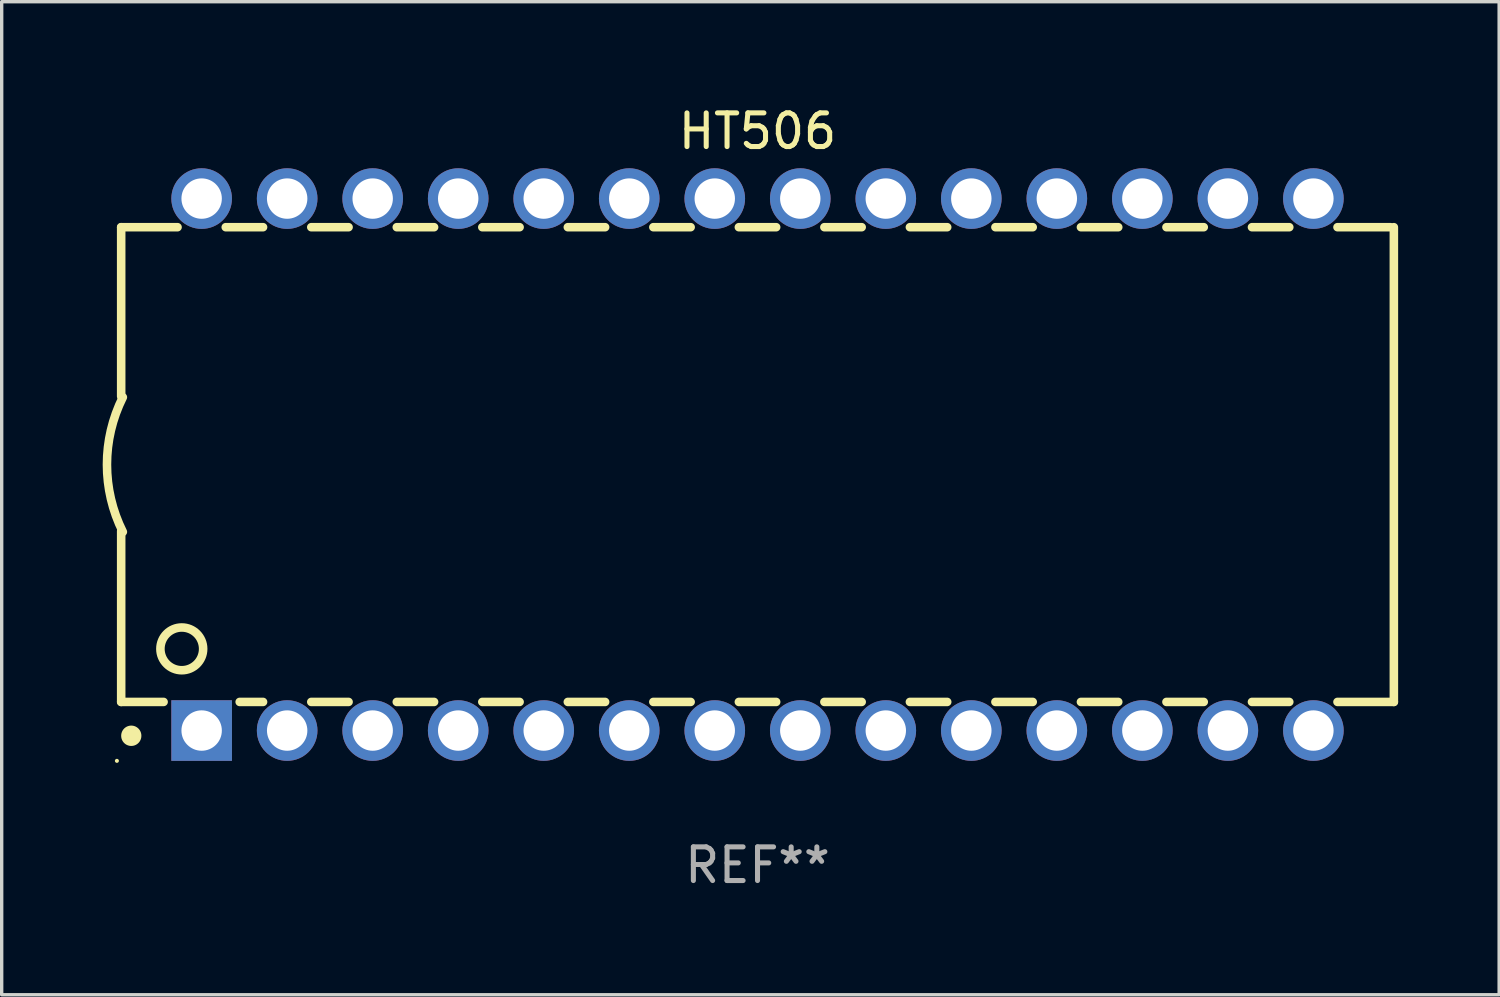
<source format=kicad_pcb>
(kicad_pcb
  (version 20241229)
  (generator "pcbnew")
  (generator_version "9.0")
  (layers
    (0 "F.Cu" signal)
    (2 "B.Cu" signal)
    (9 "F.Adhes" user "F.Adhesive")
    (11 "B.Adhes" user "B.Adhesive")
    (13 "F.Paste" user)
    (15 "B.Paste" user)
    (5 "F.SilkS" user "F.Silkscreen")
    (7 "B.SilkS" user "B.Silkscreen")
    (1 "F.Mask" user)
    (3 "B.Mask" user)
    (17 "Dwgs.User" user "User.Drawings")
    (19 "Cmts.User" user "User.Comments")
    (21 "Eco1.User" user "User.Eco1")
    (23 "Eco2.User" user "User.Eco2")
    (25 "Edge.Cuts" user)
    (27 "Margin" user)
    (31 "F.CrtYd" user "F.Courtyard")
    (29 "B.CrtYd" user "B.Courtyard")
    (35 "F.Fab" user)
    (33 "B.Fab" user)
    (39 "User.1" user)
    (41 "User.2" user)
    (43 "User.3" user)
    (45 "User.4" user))
  (footprint "HT506"
    (layer "F.Cu")
    (at 19.449 10.748)
    (property "Reference" "HT506" (at 0 -9.9 0) (layer "F.SilkS") (effects (font (size 1 1) (thickness 0.15))))
    (attr through_hole)
    (fp_line (start -18.9 -7.05) (end -18.9 -2.026) (stroke (width 0.254) (type solid)) (layer "F.SilkS"))
    (fp_line (start -18.9 -7.05) (end -17.226 -7.05) (stroke (width 0.254) (type solid)) (layer "F.SilkS"))
    (fp_line (start -18.9 1.974) (end -18.9 7.05) (stroke (width 0.254) (type solid)) (layer "F.SilkS"))
    (fp_line (start -18.9 7.05) (end -17.64 7.05) (stroke (width 0.254) (type solid)) (layer "F.SilkS"))
    (fp_line (start -15.794 -7.05) (end -14.686 -7.05) (stroke (width 0.254) (type solid)) (layer "F.SilkS"))
    (fp_line (start -15.38 7.05) (end -14.686 7.05) (stroke (width 0.254) (type solid)) (layer "F.SilkS"))
    (fp_line (start -13.254 7.05) (end -12.146 7.05) (stroke (width 0.254) (type solid)) (layer "F.SilkS"))
    (fp_line (start -13.254 -7.05) (end -12.146 -7.05) (stroke (width 0.254) (type solid)) (layer "F.SilkS"))
    (fp_line (start -10.714 -7.05) (end -9.606 -7.05) (stroke (width 0.254) (type solid)) (layer "F.SilkS"))
    (fp_line (start -10.714 7.05) (end -9.606 7.05) (stroke (width 0.254) (type solid)) (layer "F.SilkS"))
    (fp_line (start -8.174 -7.05) (end -7.066 -7.05) (stroke (width 0.254) (type solid)) (layer "F.SilkS"))
    (fp_line (start -8.174 7.05) (end -7.066 7.05) (stroke (width 0.254) (type solid)) (layer "F.SilkS"))
    (fp_line (start -5.634 -7.05) (end -4.526 -7.05) (stroke (width 0.254) (type solid)) (layer "F.SilkS"))
    (fp_line (start -5.634 7.05) (end -4.526 7.05) (stroke (width 0.254) (type solid)) (layer "F.SilkS"))
    (fp_line (start -3.094 -7.05) (end -1.986 -7.05) (stroke (width 0.254) (type solid)) (layer "F.SilkS"))
    (fp_line (start -3.094 7.05) (end -1.986 7.05) (stroke (width 0.254) (type solid)) (layer "F.SilkS"))
    (fp_line (start -0.554 -7.05) (end 0.554 -7.05) (stroke (width 0.254) (type solid)) (layer "F.SilkS"))
    (fp_line (start -0.554 7.05) (end 0.554 7.05) (stroke (width 0.254) (type solid)) (layer "F.SilkS"))
    (fp_line (start 1.986 -7.05) (end 3.094 -7.05) (stroke (width 0.254) (type solid)) (layer "F.SilkS"))
    (fp_line (start 1.986 7.05) (end 3.094 7.05) (stroke (width 0.254) (type solid)) (layer "F.SilkS"))
    (fp_line (start 4.526 -7.05) (end 5.634 -7.05) (stroke (width 0.254) (type solid)) (layer "F.SilkS"))
    (fp_line (start 4.526 7.05) (end 5.634 7.05) (stroke (width 0.254) (type solid)) (layer "F.SilkS"))
    (fp_line (start 7.066 -7.05) (end 8.174 -7.05) (stroke (width 0.254) (type solid)) (layer "F.SilkS"))
    (fp_line (start 7.066 7.05) (end 8.174 7.05) (stroke (width 0.254) (type solid)) (layer "F.SilkS"))
    (fp_line (start 9.606 -7.05) (end 10.714 -7.05) (stroke (width 0.254) (type solid)) (layer "F.SilkS"))
    (fp_line (start 9.606 7.05) (end 10.714 7.05) (stroke (width 0.254) (type solid)) (layer "F.SilkS"))
    (fp_line (start 12.146 -7.05) (end 13.254 -7.05) (stroke (width 0.254) (type solid)) (layer "F.SilkS"))
    (fp_line (start 12.146 7.05) (end 13.254 7.05) (stroke (width 0.254) (type solid)) (layer "F.SilkS"))
    (fp_line (start 14.686 -7.05) (end 15.794 -7.05) (stroke (width 0.254) (type solid)) (layer "F.SilkS"))
    (fp_line (start 14.686 7.05) (end 15.794 7.05) (stroke (width 0.254) (type solid)) (layer "F.SilkS"))
    (fp_line (start 17.226 -7.05) (end 18.8 -7.05) (stroke (width 0.254) (type solid)) (layer "F.SilkS"))
    (fp_line (start 17.226 7.05) (end 18.9 7.05) (stroke (width 0.254) (type solid)) (layer "F.SilkS"))
    (fp_line (start 18.9 7.05) (end 18.9 -7.05) (stroke (width 0.254) (type solid)) (layer "F.SilkS"))
    (fp_arc (start -18.849987 1.999975) (mid -19.322123 -0.000025) (end -18.849987 -2.000025) (stroke (width 0.254001) (type solid)) (layer "F.SilkS"))
    (fp_arc (start -18.599924 8.057734) (mid -18.599935 8.055207) (end -18.599924 8.052679) (stroke (width 0.6) (type solid)) (layer "F.SilkS"))
    (fp_circle (center -19.027 8.8) (end -18.997 8.8) (stroke (width 0.06) (type solid)) (fill no) (layer "F.SilkS"))
    (fp_circle (center -17.1 5.474) (end -16.465 5.474) (stroke (width 0.254) (type solid)) (fill no) (layer "F.SilkS"))
    (fp_text user "REF**" (at 0 11.9 0) (layer "F.Fab") (effects (font (size 1 1) (thickness 0.15))))
    (pad "1" thru_hole rect (at -16.51 7.9) (size 1.8 1.8) (drill 1.2) (layers "*.Cu" "*.Mask"))
    (pad "2" thru_hole circle (at -13.97 7.9) (size 1.8 1.8) (drill 1.2) (layers "*.Cu" "*.Mask"))
    (pad "3" thru_hole circle (at -11.43 7.9) (size 1.8 1.8) (drill 1.2) (layers "*.Cu" "*.Mask"))
    (pad "4" thru_hole circle (at -8.89 7.9) (size 1.8 1.8) (drill 1.2) (layers "*.Cu" "*.Mask"))
    (pad "5" thru_hole circle (at -6.35 7.9) (size 1.8 1.8) (drill 1.2) (layers "*.Cu" "*.Mask"))
    (pad "6" thru_hole circle (at -3.81 7.9) (size 1.8 1.8) (drill 1.2) (layers "*.Cu" "*.Mask"))
    (pad "7" thru_hole circle (at -1.27 7.9) (size 1.8 1.8) (drill 1.2) (layers "*.Cu" "*.Mask"))
    (pad "8" thru_hole circle (at 1.27 7.9) (size 1.8 1.8) (drill 1.2) (layers "*.Cu" "*.Mask"))
    (pad "9" thru_hole circle (at 3.81 7.9) (size 1.8 1.8) (drill 1.2) (layers "*.Cu" "*.Mask"))
    (pad "10" thru_hole circle (at 6.35 7.9) (size 1.8 1.8) (drill 1.2) (layers "*.Cu" "*.Mask"))
    (pad "11" thru_hole circle (at 8.89 7.9) (size 1.8 1.8) (drill 1.2) (layers "*.Cu" "*.Mask"))
    (pad "12" thru_hole circle (at 11.43 7.9) (size 1.8 1.8) (drill 1.2) (layers "*.Cu" "*.Mask"))
    (pad "13" thru_hole circle (at 13.97 7.9) (size 1.8 1.8) (drill 1.2) (layers "*.Cu" "*.Mask"))
    (pad "14" thru_hole circle (at 16.51 7.9) (size 1.8 1.8) (drill 1.2) (layers "*.Cu" "*.Mask"))
    (pad "15" thru_hole circle (at 16.51 -7.9) (size 1.8 1.8) (drill 1.2) (layers "*.Cu" "*.Mask"))
    (pad "16" thru_hole circle (at 13.97 -7.9) (size 1.8 1.8) (drill 1.2) (layers "*.Cu" "*.Mask"))
    (pad "17" thru_hole circle (at 11.43 -7.9) (size 1.8 1.8) (drill 1.2) (layers "*.Cu" "*.Mask"))
    (pad "18" thru_hole circle (at 8.89 -7.9) (size 1.8 1.8) (drill 1.2) (layers "*.Cu" "*.Mask"))
    (pad "19" thru_hole circle (at 6.35 -7.9) (size 1.8 1.8) (drill 1.2) (layers "*.Cu" "*.Mask"))
    (pad "20" thru_hole circle (at 3.81 -7.9) (size 1.8 1.8) (drill 1.2) (layers "*.Cu" "*.Mask"))
    (pad "21" thru_hole circle (at 1.27 -7.9) (size 1.8 1.8) (drill 1.2) (layers "*.Cu" "*.Mask"))
    (pad "22" thru_hole circle (at -1.27 -7.9) (size 1.8 1.8) (drill 1.2) (layers "*.Cu" "*.Mask"))
    (pad "23" thru_hole circle (at -3.81 -7.9) (size 1.8 1.8) (drill 1.2) (layers "*.Cu" "*.Mask"))
    (pad "24" thru_hole circle (at -6.35 -7.9) (size 1.8 1.8) (drill 1.2) (layers "*.Cu" "*.Mask"))
    (pad "25" thru_hole circle (at -8.89 -7.9) (size 1.8 1.8) (drill 1.2) (layers "*.Cu" "*.Mask"))
    (pad "26" thru_hole circle (at -11.43 -7.9) (size 1.8 1.8) (drill 1.2) (layers "*.Cu" "*.Mask"))
    (pad "27" thru_hole circle (at -13.97 -7.9) (size 1.8 1.8) (drill 1.2) (layers "*.Cu" "*.Mask"))
    (pad "28" thru_hole circle (at -16.51 -7.9) (size 1.8 1.8) (drill 1.2) (layers "*.Cu" "*.Mask")))
  (gr_rect
    (start -3 -3)
    (end 41.476 26.496)
    (stroke (width 0.1) (type default))
    (fill no)
    (layer "Edge.Cuts")))
</source>
